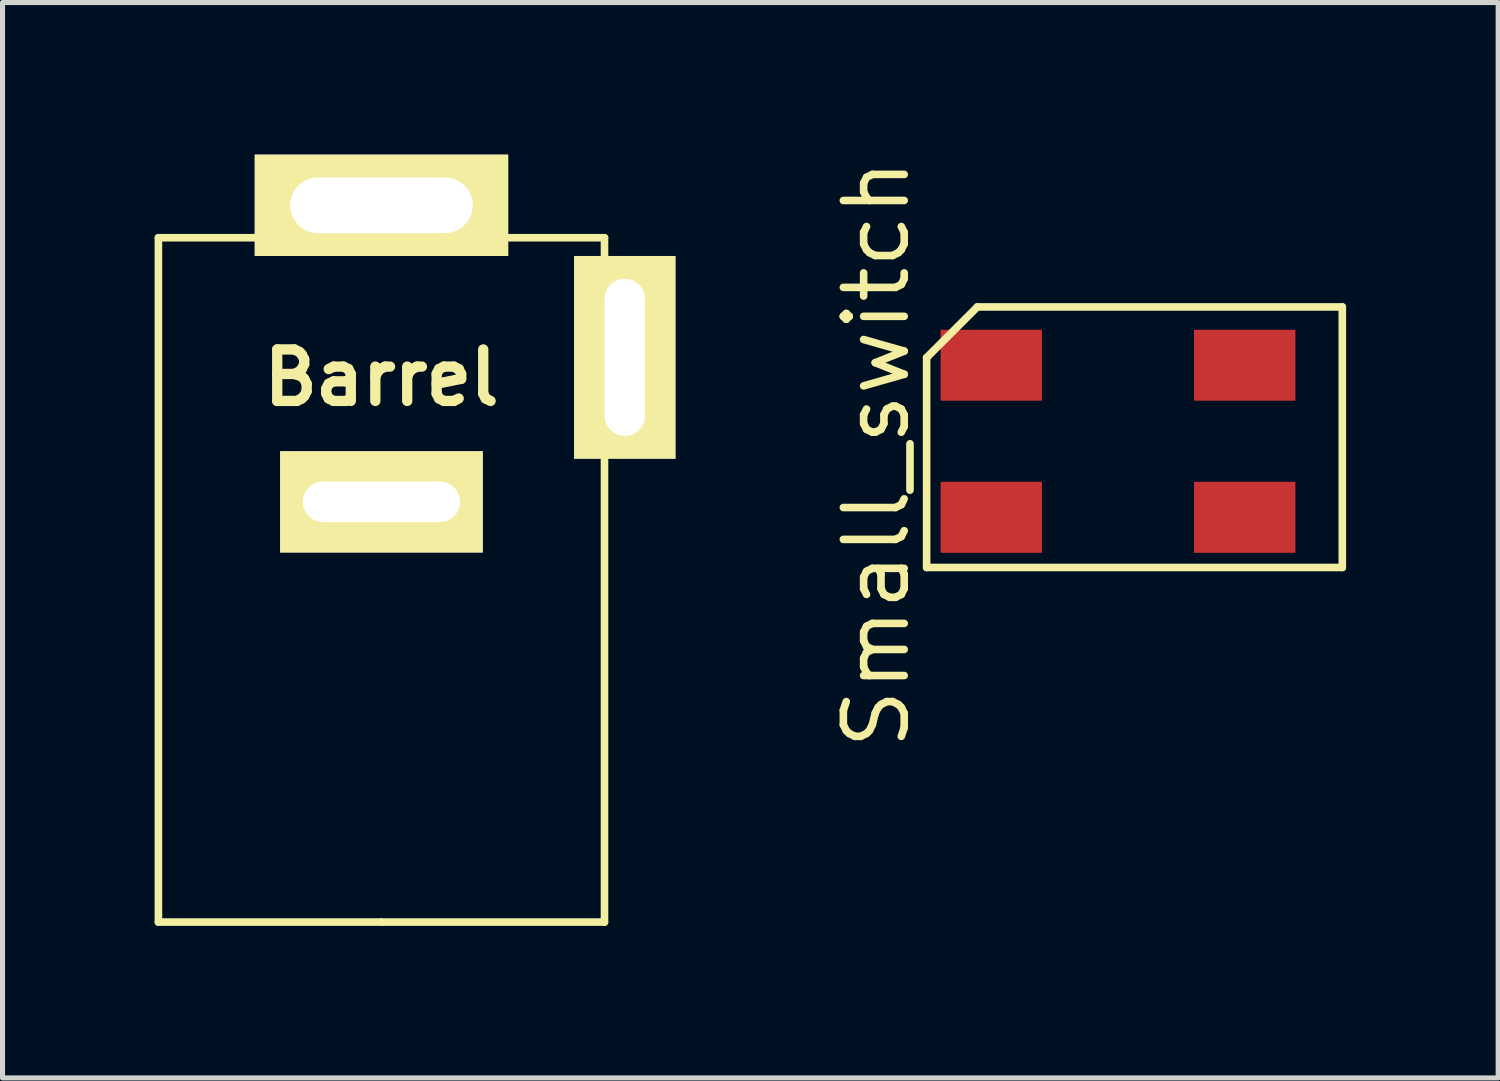
<source format=kicad_pcb>
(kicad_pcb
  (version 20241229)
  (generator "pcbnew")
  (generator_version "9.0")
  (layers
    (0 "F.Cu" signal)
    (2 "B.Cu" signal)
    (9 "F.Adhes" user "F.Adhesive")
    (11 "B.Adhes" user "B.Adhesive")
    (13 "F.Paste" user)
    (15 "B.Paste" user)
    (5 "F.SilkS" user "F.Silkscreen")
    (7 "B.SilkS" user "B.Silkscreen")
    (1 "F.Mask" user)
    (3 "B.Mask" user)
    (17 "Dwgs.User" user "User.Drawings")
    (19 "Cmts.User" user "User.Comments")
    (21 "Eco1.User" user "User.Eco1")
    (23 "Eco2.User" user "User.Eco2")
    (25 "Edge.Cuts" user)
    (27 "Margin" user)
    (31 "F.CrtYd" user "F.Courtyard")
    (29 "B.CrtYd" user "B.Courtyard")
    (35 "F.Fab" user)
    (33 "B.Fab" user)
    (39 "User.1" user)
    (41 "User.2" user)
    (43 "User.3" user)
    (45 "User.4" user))
  (footprint "Barrel"
    (layer "F.Cu")
    (at 4.475 4.4)
    (property "Reference" "Barrel" (at 0 0 0) (layer "F.SilkS") (effects (font (size 1.016 1.016) (thickness 0.203))))
    (attr through_hole)
    (fp_line (start -4.4 -2.76) (end -4.4 10.74) (stroke (width 0.15) (type solid)) (layer "F.SilkS"))
    (fp_line (start 0 10.74) (end -4.4 10.74) (stroke (width 0.15) (type solid)) (layer "F.SilkS"))
    (fp_line (start 0 10.74) (end 4.4 10.74) (stroke (width 0.15) (type solid)) (layer "F.SilkS"))
    (fp_line (start 4.4 -2.76) (end -4.4 -2.76) (stroke (width 0.15) (type solid)) (layer "F.SilkS"))
    (fp_line (start 4.4 10.74) (end 4.4 -2.76) (stroke (width 0.15) (type solid)) (layer "F.SilkS"))
    (pad "1" thru_hole rect (at 0 -3.4) (size 5 2) (drill oval 3.6 1.1) (layers "*.Cu" "*.Mask" "F.SilkS"))
    (pad "2" thru_hole rect (at 0 2.45) (size 4 2) (drill oval 3.1 0.8) (layers "*.Cu" "*.Mask" "F.SilkS"))
    (pad "3" thru_hole rect (at 4.8 -0.4) (size 2 4) (drill oval 0.8 3.1) (layers "*.Cu" "*.Mask" "F.SilkS")))
  (footprint "Small_switch"
    (placed yes)
    (layer "F.Cu")
    (at 20.48 6.405)
    (property "Reference" "Small_switch" (at -6.24 -0.5 90) (layer "F.SilkS") (effects (font (size 1.2 1.2) (thickness 0.15))))
    (attr through_hole)
    (fp_line (start -5.25 -2.4) (end -5.25 1.74) (stroke (width 0.15) (type solid)) (layer "F.SilkS"))
    (fp_line (start -5.25 1.74) (end 2.95 1.74) (stroke (width 0.15) (type solid)) (layer "F.SilkS"))
    (fp_line (start -4.25 -3.4) (end -5.25 -2.4) (stroke (width 0.15) (type solid)) (layer "F.SilkS"))
    (fp_line (start 2.95 -3.4) (end -4.25 -3.4) (stroke (width 0.15) (type solid)) (layer "F.SilkS"))
    (fp_line (start 2.95 1.74) (end 2.95 -3.4) (stroke (width 0.15) (type solid)) (layer "F.SilkS"))
    (pad "1" smd rect (at -3.975 -2.25) (size 2 1.4) (layers "F.Cu" "F.Mask" "F.Paste"))
    (pad "2" smd rect (at 1.025 -2.25) (size 2 1.4) (layers "F.Cu" "F.Mask" "F.Paste"))
    (pad "3" smd rect (at -3.975 0.75) (size 2 1.4) (layers "F.Cu" "F.Mask" "F.Paste"))
    (pad "4" smd rect (at 1.025 0.75) (size 2 1.4) (layers "F.Cu" "F.Mask" "F.Paste")))
  (gr_rect
    (start -3 -3)
    (end 26.505 18.215)
    (stroke (width 0.1) (type default))
    (fill no)
    (layer "Edge.Cuts")))
</source>
